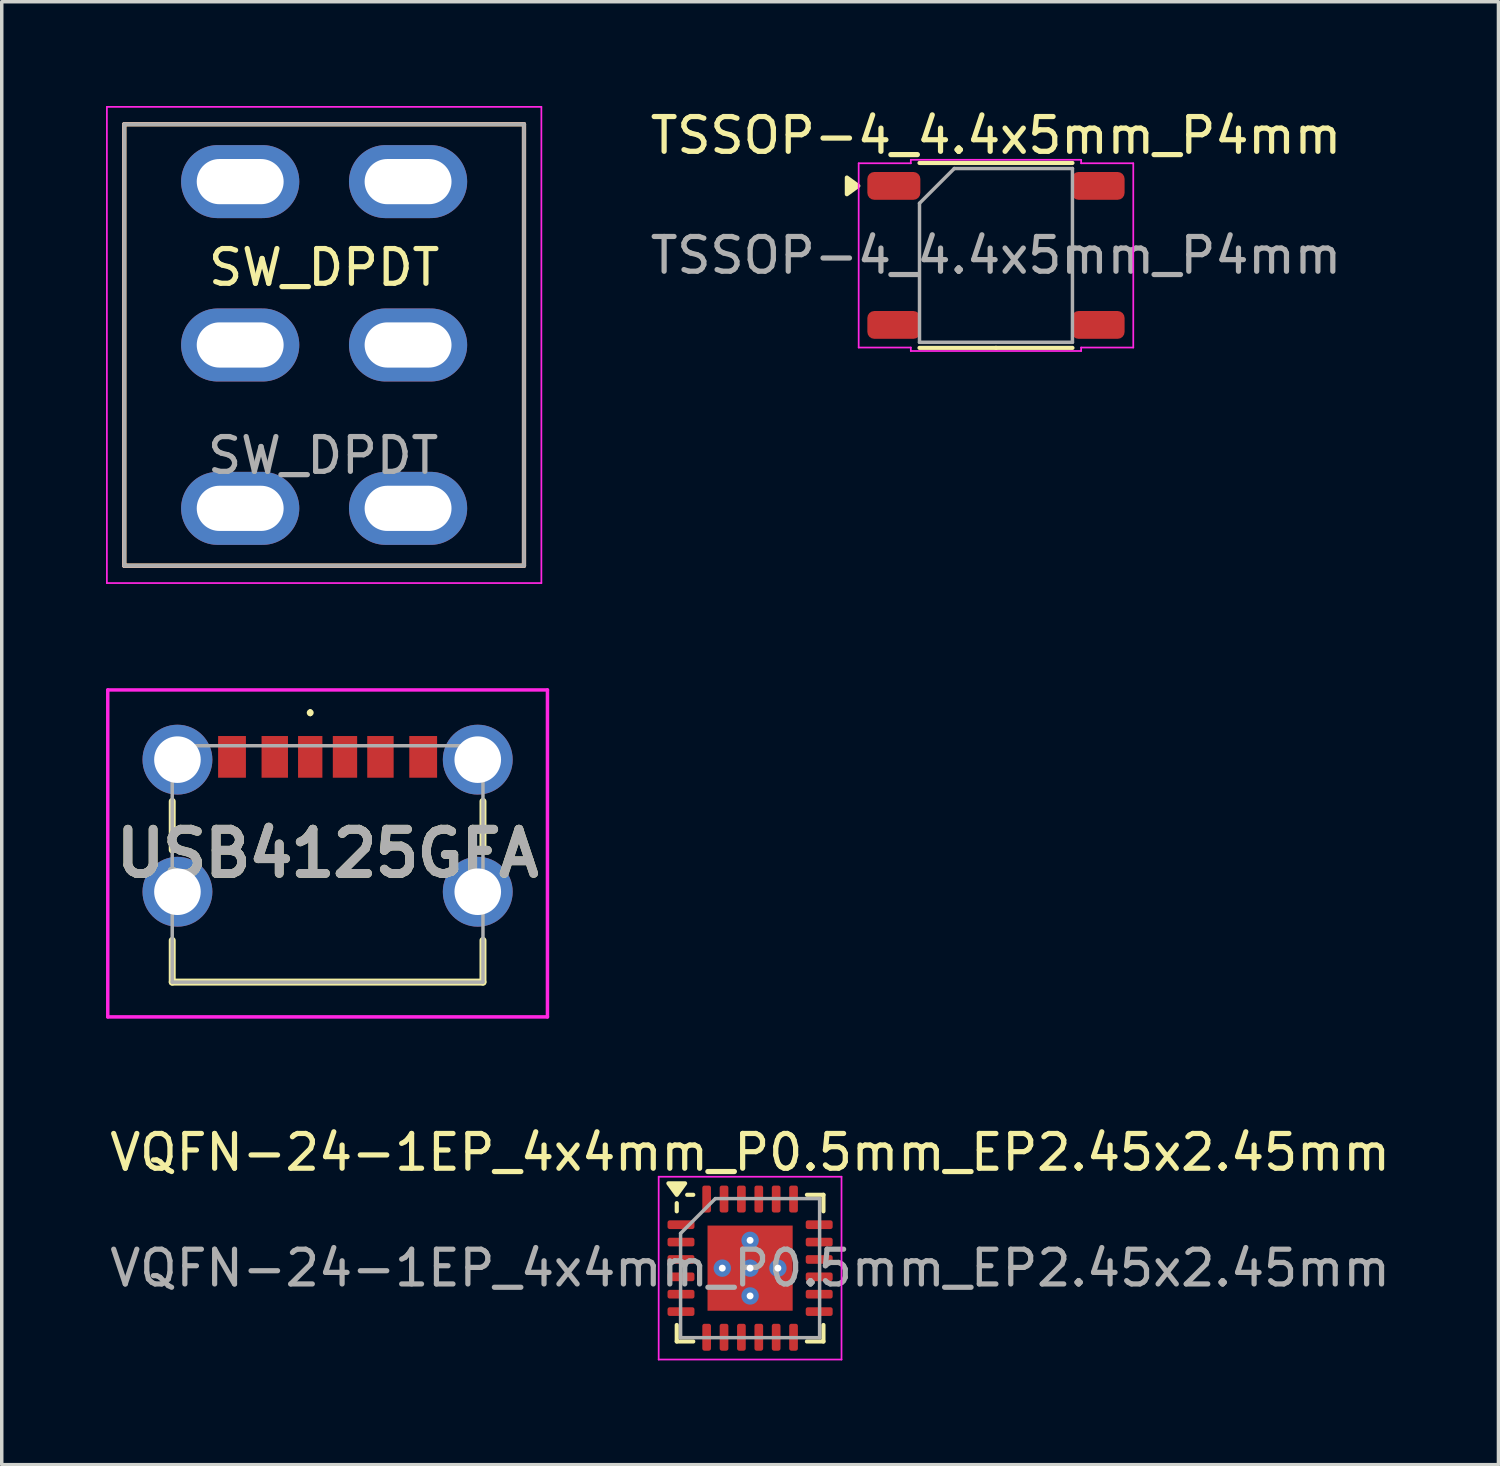
<source format=kicad_pcb>
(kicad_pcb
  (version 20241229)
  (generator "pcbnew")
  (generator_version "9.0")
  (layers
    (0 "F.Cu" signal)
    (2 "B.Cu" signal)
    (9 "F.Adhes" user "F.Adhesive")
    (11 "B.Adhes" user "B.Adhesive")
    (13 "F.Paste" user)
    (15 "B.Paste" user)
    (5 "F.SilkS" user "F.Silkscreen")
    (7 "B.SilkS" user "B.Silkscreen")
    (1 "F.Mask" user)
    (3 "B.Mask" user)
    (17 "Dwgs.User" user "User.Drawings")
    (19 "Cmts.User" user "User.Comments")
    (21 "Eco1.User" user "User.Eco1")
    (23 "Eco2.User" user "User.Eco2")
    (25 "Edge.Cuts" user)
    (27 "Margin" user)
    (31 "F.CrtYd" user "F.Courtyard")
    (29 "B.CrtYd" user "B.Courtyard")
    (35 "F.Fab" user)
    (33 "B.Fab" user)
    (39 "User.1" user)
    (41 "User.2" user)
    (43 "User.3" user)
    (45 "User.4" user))
  (footprint "TSSOP-4_4.4x5mm_P4mm"
    (layer "F.Cu")
    (at 25.604 4.298)
    (property "Reference" "TSSOP-4_4.4x5mm_P4mm" (at 0 -3.45 0) (layer "F.SilkS") (effects (font (size 1 1) (thickness 0.15))))
    (attr smd)
    (fp_line (start 0 -2.66) (end -2.2 -2.66) (stroke (width 0.12) (type solid)) (layer "F.SilkS"))
    (fp_line (start 0 -2.66) (end 2.2 -2.66) (stroke (width 0.12) (type solid)) (layer "F.SilkS"))
    (fp_line (start 0 2.66) (end -2.2 2.66) (stroke (width 0.12) (type solid)) (layer "F.SilkS"))
    (fp_line (start 0 2.66) (end 2.2 2.66) (stroke (width 0.12) (type solid)) (layer "F.SilkS"))
    (fp_poly (pts (xy -3.96 -2) (xy -4.29 -1.76) (xy -4.29 -2.24)) (stroke (width 0.12) (type solid)) (fill yes) (layer "F.SilkS"))
    (fp_line (start -3.95 -2.65) (end -2.45 -2.65) (stroke (width 0.05) (type solid)) (layer "F.CrtYd"))
    (fp_line (start -3.95 2.65) (end -3.95 -2.65) (stroke (width 0.05) (type solid)) (layer "F.CrtYd"))
    (fp_line (start -2.45 -2.75) (end 2.45 -2.75) (stroke (width 0.05) (type solid)) (layer "F.CrtYd"))
    (fp_line (start -2.45 -2.65) (end -2.45 -2.75) (stroke (width 0.05) (type solid)) (layer "F.CrtYd"))
    (fp_line (start -2.45 2.65) (end -3.95 2.65) (stroke (width 0.05) (type solid)) (layer "F.CrtYd"))
    (fp_line (start -2.45 2.75) (end -2.45 2.65) (stroke (width 0.05) (type solid)) (layer "F.CrtYd"))
    (fp_line (start 2.45 -2.75) (end 2.45 -2.65) (stroke (width 0.05) (type solid)) (layer "F.CrtYd"))
    (fp_line (start 2.45 -2.65) (end 3.95 -2.65) (stroke (width 0.05) (type solid)) (layer "F.CrtYd"))
    (fp_line (start 2.45 2.65) (end 2.45 2.75) (stroke (width 0.05) (type solid)) (layer "F.CrtYd"))
    (fp_line (start 2.45 2.75) (end -2.45 2.75) (stroke (width 0.05) (type solid)) (layer "F.CrtYd"))
    (fp_line (start 3.95 -2.65) (end 3.95 2.65) (stroke (width 0.05) (type solid)) (layer "F.CrtYd"))
    (fp_line (start 3.95 2.65) (end 2.45 2.65) (stroke (width 0.05) (type solid)) (layer "F.CrtYd"))
    (fp_line (start -2.2 -1.5) (end -1.2 -2.5) (stroke (width 0.1) (type solid)) (layer "F.Fab"))
    (fp_line (start -2.2 2.5) (end -2.2 -1.5) (stroke (width 0.1) (type solid)) (layer "F.Fab"))
    (fp_line (start -1.2 -2.5) (end 2.2 -2.5) (stroke (width 0.1) (type solid)) (layer "F.Fab"))
    (fp_line (start 2.2 -2.5) (end 2.2 2.5) (stroke (width 0.1) (type solid)) (layer "F.Fab"))
    (fp_line (start 2.2 2.5) (end -2.2 2.5) (stroke (width 0.1) (type solid)) (layer "F.Fab"))
    (fp_text user "${REFERENCE}" (at 0 0 0) (layer "F.Fab") (effects (font (size 1 1) (thickness 0.15))))
    (pad "1" smd roundrect (at -2.938 -2) (size 1.525 0.8) (layers "F.Cu" "F.Mask" "F.Paste") (roundrect_rratio 0.25))
    (pad "2" smd roundrect (at -2.938 2) (size 1.525 0.8) (layers "F.Cu" "F.Mask" "F.Paste") (roundrect_rratio 0.25))
    (pad "3" smd roundrect (at 2.938 2) (size 1.525 0.8) (layers "F.Cu" "F.Mask" "F.Paste") (roundrect_rratio 0.25))
    (pad "4" smd roundrect (at 2.938 -2) (size 1.525 0.8) (layers "F.Cu" "F.Mask" "F.Paste") (roundrect_rratio 0.25)))
  (footprint "USB4125GFA"
    (layer "F.Cu")
    (at 6.375 21.503)
    (property "Reference" "USB4125GFA" (at 0 0 0) (layer "F.SilkS") (effects (font (size 1.27 1.27) (thickness 0.254))))
    (attr through_hole)
    (fp_line (start -4.47 -1.498) (end -4.47 -0.098) (stroke (width 0.2) (type solid)) (layer "F.SilkS"))
    (fp_line (start -4.47 2.502) (end -4.47 3.702) (stroke (width 0.2) (type solid)) (layer "F.SilkS"))
    (fp_line (start -4.47 3.702) (end 4.47 3.702) (stroke (width 0.2) (type solid)) (layer "F.SilkS"))
    (fp_line (start -0.5 -4.098) (end -0.5 -4.098) (stroke (width 0.1) (type solid)) (layer "F.SilkS"))
    (fp_line (start -0.5 -3.998) (end -0.5 -3.998) (stroke (width 0.1) (type solid)) (layer "F.SilkS"))
    (fp_line (start 4.47 -0.098) (end 4.47 -1.498) (stroke (width 0.2) (type solid)) (layer "F.SilkS"))
    (fp_line (start 4.47 3.702) (end 4.47 2.502) (stroke (width 0.2) (type solid)) (layer "F.SilkS"))
    (fp_arc (start -0.5 -4.098) (mid -0.45 -4.048) (end -0.5 -3.998) (stroke (width 0.1) (type solid)) (layer "F.SilkS"))
    (fp_arc (start -0.5 -3.997) (mid -0.5505 -4.0475) (end -0.5 -4.098) (stroke (width 0.1) (type solid)) (layer "F.SilkS"))
    (fp_line (start -6.325 -4.703) (end 6.325 -4.703) (stroke (width 0.1) (type solid)) (layer "F.CrtYd"))
    (fp_line (start -6.325 4.703) (end -6.325 -4.703) (stroke (width 0.1) (type solid)) (layer "F.CrtYd"))
    (fp_line (start 6.325 -4.703) (end 6.325 4.703) (stroke (width 0.1) (type solid)) (layer "F.CrtYd"))
    (fp_line (start 6.325 4.703) (end -6.325 4.703) (stroke (width 0.1) (type solid)) (layer "F.CrtYd"))
    (fp_line (start -4.47 -3.098) (end -4.47 3.702) (stroke (width 0.1) (type solid)) (layer "F.Fab"))
    (fp_line (start -4.47 3.702) (end 4.47 3.702) (stroke (width 0.1) (type solid)) (layer "F.Fab"))
    (fp_line (start 4.47 -3.098) (end -4.47 -3.098) (stroke (width 0.1) (type solid)) (layer "F.Fab"))
    (fp_line (start 4.47 3.702) (end 4.47 -3.098) (stroke (width 0.1) (type solid)) (layer "F.Fab"))
    (fp_text user "${REFERENCE}" (at 0 0 0) (layer "F.Fab") (effects (font (size 1.27 1.27) (thickness 0.254))))
    (pad "A5" smd rect (at -0.5 -2.778) (size 0.7 1.2) (layers "F.Cu" "F.Mask" "F.Paste"))
    (pad "A9" smd rect (at 1.52 -2.778) (size 0.76 1.2) (layers "F.Cu" "F.Mask" "F.Paste"))
    (pad "A12" smd rect (at 2.75 -2.778) (size 0.8 1.2) (layers "F.Cu" "F.Mask" "F.Paste"))
    (pad "B5" smd rect (at 0.5 -2.778) (size 0.7 1.2) (layers "F.Cu" "F.Mask" "F.Paste"))
    (pad "B9" smd rect (at -1.52 -2.778) (size 0.76 1.2) (layers "F.Cu" "F.Mask" "F.Paste"))
    (pad "B12" smd rect (at -2.75 -2.778) (size 0.8 1.2) (layers "F.Cu" "F.Mask" "F.Paste"))
    (pad "MH1" thru_hole circle (at 4.32 -2.698) (size 2.01 2.01) (drill 1.34) (layers "*.Cu" "*.Mask"))
    (pad "MH2" thru_hole circle (at 4.32 1.102) (size 2.01 2.01) (drill 1.34) (layers "*.Cu" "*.Mask"))
    (pad "MH3" thru_hole circle (at -4.32 1.102) (size 2.01 2.01) (drill 1.34) (layers "*.Cu" "*.Mask"))
    (pad "MH4" thru_hole circle (at -4.32 -2.698) (size 2.01 2.01) (drill 1.34) (layers "*.Cu" "*.Mask")))
  (footprint "VQFN-24-1EP_4x4mm_P0.5mm_EP2.45x2.45mm"
    (layer "F.Cu")
    (at 18.53 33.434)
    (property "Reference" "VQFN-24-1EP_4x4mm_P0.5mm_EP2.45x2.45mm" (at 0 -3.33 0) (layer "F.SilkS") (effects (font (size 1 1) (thickness 0.15))))
    (attr smd)
    (fp_line (start -2.11 -1.635) (end -2.11 -1.87) (stroke (width 0.12) (type solid)) (layer "F.SilkS"))
    (fp_line (start -2.11 2.11) (end -2.11 1.635) (stroke (width 0.12) (type solid)) (layer "F.SilkS"))
    (fp_line (start -1.635 -2.11) (end -1.81 -2.11) (stroke (width 0.12) (type solid)) (layer "F.SilkS"))
    (fp_line (start -1.635 2.11) (end -2.11 2.11) (stroke (width 0.12) (type solid)) (layer "F.SilkS"))
    (fp_line (start 1.635 -2.11) (end 2.11 -2.11) (stroke (width 0.12) (type solid)) (layer "F.SilkS"))
    (fp_line (start 1.635 2.11) (end 2.11 2.11) (stroke (width 0.12) (type solid)) (layer "F.SilkS"))
    (fp_line (start 2.11 -2.11) (end 2.11 -1.635) (stroke (width 0.12) (type solid)) (layer "F.SilkS"))
    (fp_line (start 2.11 2.11) (end 2.11 1.635) (stroke (width 0.12) (type solid)) (layer "F.SilkS"))
    (fp_poly (pts (xy -2.11 -2.11) (xy -2.35 -2.44) (xy -1.87 -2.44) (xy -2.11 -2.11)) (stroke (width 0.12) (type solid)) (fill yes) (layer "F.SilkS"))
    (fp_line (start -2.63 -2.63) (end -2.63 2.63) (stroke (width 0.05) (type solid)) (layer "F.CrtYd"))
    (fp_line (start -2.63 2.63) (end 2.63 2.63) (stroke (width 0.05) (type solid)) (layer "F.CrtYd"))
    (fp_line (start 2.63 -2.63) (end -2.63 -2.63) (stroke (width 0.05) (type solid)) (layer "F.CrtYd"))
    (fp_line (start 2.63 2.63) (end 2.63 -2.63) (stroke (width 0.05) (type solid)) (layer "F.CrtYd"))
    (fp_line (start -2 -1) (end -1 -2) (stroke (width 0.1) (type solid)) (layer "F.Fab"))
    (fp_line (start -2 2) (end -2 -1) (stroke (width 0.1) (type solid)) (layer "F.Fab"))
    (fp_line (start -1 -2) (end 2 -2) (stroke (width 0.1) (type solid)) (layer "F.Fab"))
    (fp_line (start 2 -2) (end 2 2) (stroke (width 0.1) (type solid)) (layer "F.Fab"))
    (fp_line (start 2 2) (end -2 2) (stroke (width 0.1) (type solid)) (layer "F.Fab"))
    (fp_text user "${REFERENCE}" (at 0 0 0) (layer "F.Fab") (effects (font (size 1 1) (thickness 0.15))))
    (pad "" smd roundrect (at -0.82 -0.82) (size 0.66 0.66) (layers "F.Paste") (roundrect_rratio 0.25))
    (pad "" smd roundrect (at -0.82 0) (size 0.66 0.66) (layers "F.Paste") (roundrect_rratio 0.25))
    (pad "" smd roundrect (at -0.82 0.82) (size 0.66 0.66) (layers "F.Paste") (roundrect_rratio 0.25))
    (pad "" smd roundrect (at 0 -0.82) (size 0.66 0.66) (layers "F.Paste") (roundrect_rratio 0.25))
    (pad "" smd roundrect (at 0 0) (size 0.66 0.66) (layers "F.Paste") (roundrect_rratio 0.25))
    (pad "" smd roundrect (at 0 0.82) (size 0.66 0.66) (layers "F.Paste") (roundrect_rratio 0.25))
    (pad "" smd roundrect (at 0.82 -0.82) (size 0.66 0.66) (layers "F.Paste") (roundrect_rratio 0.25))
    (pad "" smd roundrect (at 0.82 0) (size 0.66 0.66) (layers "F.Paste") (roundrect_rratio 0.25))
    (pad "" smd roundrect (at 0.82 0.82) (size 0.66 0.66) (layers "F.Paste") (roundrect_rratio 0.25))
    (pad "1" smd roundrect (at -1.988 -1.25) (size 0.775 0.25) (layers "F.Cu" "F.Mask" "F.Paste") (roundrect_rratio 0.25))
    (pad "2" smd roundrect (at -1.988 -0.75) (size 0.775 0.25) (layers "F.Cu" "F.Mask" "F.Paste") (roundrect_rratio 0.25))
    (pad "3" smd roundrect (at -1.988 -0.25) (size 0.775 0.25) (layers "F.Cu" "F.Mask" "F.Paste") (roundrect_rratio 0.25))
    (pad "4" smd roundrect (at -1.988 0.25) (size 0.775 0.25) (layers "F.Cu" "F.Mask" "F.Paste") (roundrect_rratio 0.25))
    (pad "5" smd roundrect (at -1.988 0.75) (size 0.775 0.25) (layers "F.Cu" "F.Mask" "F.Paste") (roundrect_rratio 0.25))
    (pad "6" smd roundrect (at -1.988 1.25) (size 0.775 0.25) (layers "F.Cu" "F.Mask" "F.Paste") (roundrect_rratio 0.25))
    (pad "7" smd roundrect (at -1.25 1.988) (size 0.25 0.775) (layers "F.Cu" "F.Mask" "F.Paste") (roundrect_rratio 0.25))
    (pad "8" smd roundrect (at -0.75 1.988) (size 0.25 0.775) (layers "F.Cu" "F.Mask" "F.Paste") (roundrect_rratio 0.25))
    (pad "9" smd roundrect (at -0.25 1.988) (size 0.25 0.775) (layers "F.Cu" "F.Mask" "F.Paste") (roundrect_rratio 0.25))
    (pad "10" smd roundrect (at 0.25 1.988) (size 0.25 0.775) (layers "F.Cu" "F.Mask" "F.Paste") (roundrect_rratio 0.25))
    (pad "11" smd roundrect (at 0.75 1.988) (size 0.25 0.775) (layers "F.Cu" "F.Mask" "F.Paste") (roundrect_rratio 0.25))
    (pad "12" smd roundrect (at 1.25 1.988) (size 0.25 0.775) (layers "F.Cu" "F.Mask" "F.Paste") (roundrect_rratio 0.25))
    (pad "13" smd roundrect (at 1.988 1.25) (size 0.775 0.25) (layers "F.Cu" "F.Mask" "F.Paste") (roundrect_rratio 0.25))
    (pad "14" smd roundrect (at 1.988 0.75) (size 0.775 0.25) (layers "F.Cu" "F.Mask" "F.Paste") (roundrect_rratio 0.25))
    (pad "15" smd roundrect (at 1.988 0.25) (size 0.775 0.25) (layers "F.Cu" "F.Mask" "F.Paste") (roundrect_rratio 0.25))
    (pad "16" smd roundrect (at 1.988 -0.25) (size 0.775 0.25) (layers "F.Cu" "F.Mask" "F.Paste") (roundrect_rratio 0.25))
    (pad "17" smd roundrect (at 1.988 -0.75) (size 0.775 0.25) (layers "F.Cu" "F.Mask" "F.Paste") (roundrect_rratio 0.25))
    (pad "18" smd roundrect (at 1.988 -1.25) (size 0.775 0.25) (layers "F.Cu" "F.Mask" "F.Paste") (roundrect_rratio 0.25))
    (pad "19" smd roundrect (at 1.25 -1.988) (size 0.25 0.775) (layers "F.Cu" "F.Mask" "F.Paste") (roundrect_rratio 0.25))
    (pad "20" smd roundrect (at 0.75 -1.988) (size 0.25 0.775) (layers "F.Cu" "F.Mask" "F.Paste") (roundrect_rratio 0.25))
    (pad "21" smd roundrect (at 0.25 -1.988) (size 0.25 0.775) (layers "F.Cu" "F.Mask" "F.Paste") (roundrect_rratio 0.25))
    (pad "22" smd roundrect (at -0.25 -1.988) (size 0.25 0.775) (layers "F.Cu" "F.Mask" "F.Paste") (roundrect_rratio 0.25))
    (pad "23" smd roundrect (at -0.75 -1.988) (size 0.25 0.775) (layers "F.Cu" "F.Mask" "F.Paste") (roundrect_rratio 0.25))
    (pad "24" smd roundrect (at -1.25 -1.988) (size 0.25 0.775) (layers "F.Cu" "F.Mask" "F.Paste") (roundrect_rratio 0.25))
    (pad "25" thru_hole circle (at -0.8 0) (size 0.5 0.5) (drill 0.2) (property pad_prop_heatsink) (layers "*.Cu"))
    (pad "25" thru_hole circle (at 0 -0.8) (size 0.5 0.5) (drill 0.2) (property pad_prop_heatsink) (layers "*.Cu"))
    (pad "25" thru_hole circle (at 0 0) (size 0.5 0.5) (drill 0.2) (property pad_prop_heatsink) (layers "*.Cu"))
    (pad "25" smd rect (at 0 0) (size 2.45 2.45) (property pad_prop_heatsink) (layers "F.Cu" "F.Mask"))
    (pad "25" thru_hole circle (at 0 0.8) (size 0.5 0.5) (drill 0.2) (property pad_prop_heatsink) (layers "*.Cu"))
    (pad "25" thru_hole circle (at 0.8 0) (size 0.5 0.5) (drill 0.2) (property pad_prop_heatsink) (layers "*.Cu")))
  (footprint "SW_DPDT"
    (layer "F.Cu")
    (at 6.275 6.875)
    (property "Reference" "SW_DPDT" (at 0 -2.23 0) (layer "F.SilkS") (effects (font (size 1 1) (thickness 0.15))))
    (attr through_hole)
    (fp_line (start -5.75 -6.35) (end -5.75 6.35) (stroke (width 0.12) (type solid)) (layer "F.SilkS"))
    (fp_line (start -5.75 -6.35) (end 5.75 -6.35) (stroke (width 0.12) (type solid)) (layer "F.SilkS"))
    (fp_line (start -5.75 6.35) (end 5.75 6.35) (stroke (width 0.12) (type solid)) (layer "F.SilkS"))
    (fp_line (start 5.75 -6.35) (end 5.75 6.35) (stroke (width 0.12) (type solid)) (layer "F.SilkS"))
    (fp_line (start -5.75 -6.35) (end -5.75 6.35) (stroke (width 0.12) (type solid)) (layer "B.SilkS"))
    (fp_line (start 5.75 -6.35) (end -5.75 -6.35) (stroke (width 0.12) (type solid)) (layer "B.SilkS"))
    (fp_line (start 5.75 -6.35) (end 5.75 6.35) (stroke (width 0.12) (type solid)) (layer "B.SilkS"))
    (fp_line (start 5.75 6.35) (end -5.75 6.35) (stroke (width 0.12) (type solid)) (layer "B.SilkS"))
    (fp_line (start -6.25 -6.85) (end -6.25 6.85) (stroke (width 0.05) (type solid)) (layer "F.CrtYd"))
    (fp_line (start 6.25 -6.85) (end -6.25 -6.85) (stroke (width 0.05) (type solid)) (layer "F.CrtYd"))
    (fp_line (start 6.25 -6.85) (end 6.25 6.85) (stroke (width 0.05) (type solid)) (layer "F.CrtYd"))
    (fp_line (start 6.25 6.85) (end -6.25 6.85) (stroke (width 0.05) (type solid)) (layer "F.CrtYd"))
    (fp_line (start -5.75 -6.35) (end 5.75 -6.35) (stroke (width 0.1) (type solid)) (layer "F.Fab"))
    (fp_line (start -5.75 6.35) (end -5.75 -6.35) (stroke (width 0.1) (type solid)) (layer "F.Fab"))
    (fp_line (start -5.75 6.35) (end 5.75 6.35) (stroke (width 0.1) (type solid)) (layer "F.Fab"))
    (fp_line (start 5.75 6.35) (end 5.75 -6.35) (stroke (width 0.1) (type solid)) (layer "F.Fab"))
    (fp_text user "${REFERENCE}" (at -0.03 3.18 0) (layer "F.Fab") (effects (font (size 1 1) (thickness 0.15))))
    (pad "1" thru_hole oval (at -2.415 -4.7) (size 3.4 2.1) (drill oval 2.5 1.3) (layers "*.Cu" "*.Mask"))
    (pad "2" thru_hole oval (at 2.415 -4.7) (size 3.4 2.1) (drill oval 2.5 1.3) (layers "*.Cu" "*.Mask"))
    (pad "3" thru_hole oval (at -2.415 0) (size 3.4 2.1) (drill oval 2.5 1.3) (layers "*.Cu" "*.Mask"))
    (pad "4" thru_hole oval (at 2.415 0) (size 3.4 2.1) (drill oval 2.5 1.3) (layers "*.Cu" "*.Mask"))
    (pad "5" thru_hole oval (at -2.415 4.7) (size 3.4 2.1) (drill oval 2.5 1.3) (layers "*.Cu" "*.Mask"))
    (pad "6" thru_hole oval (at 2.415 4.7) (size 3.4 2.1) (drill oval 2.5 1.3) (layers "*.Cu" "*.Mask")))
  (gr_rect
    (start -3 -3)
    (end 40.06 39.089)
    (stroke (width 0.1) (type default))
    (fill no)
    (layer "Edge.Cuts")))
</source>
